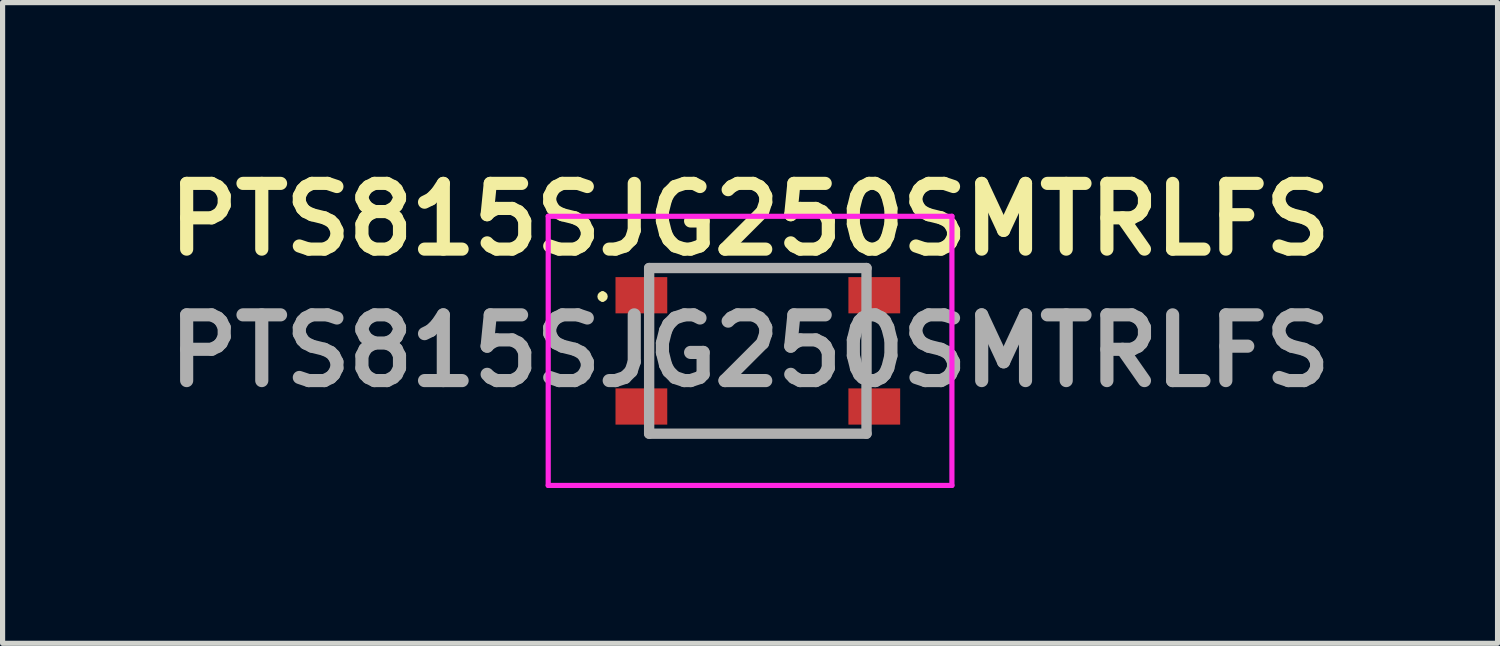
<source format=kicad_pcb>
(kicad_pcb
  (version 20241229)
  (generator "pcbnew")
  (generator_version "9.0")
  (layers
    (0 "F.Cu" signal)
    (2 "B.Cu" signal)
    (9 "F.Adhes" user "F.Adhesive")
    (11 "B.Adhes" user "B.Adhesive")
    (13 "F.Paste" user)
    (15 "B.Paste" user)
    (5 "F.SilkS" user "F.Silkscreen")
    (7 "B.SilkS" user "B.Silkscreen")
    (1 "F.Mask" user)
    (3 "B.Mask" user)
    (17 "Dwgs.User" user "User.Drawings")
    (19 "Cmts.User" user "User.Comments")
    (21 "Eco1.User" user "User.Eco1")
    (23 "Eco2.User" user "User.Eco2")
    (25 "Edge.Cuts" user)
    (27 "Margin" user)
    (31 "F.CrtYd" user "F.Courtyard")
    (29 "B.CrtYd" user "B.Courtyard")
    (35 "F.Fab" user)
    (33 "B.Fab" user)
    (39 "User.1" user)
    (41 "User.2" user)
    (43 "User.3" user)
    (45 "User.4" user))
  (footprint "PTS815SJG250SMTRLFS"
    (layer "F.Cu")
    (at 11.592 3.729)
    (property "Reference" "PTS815SJG250SMTRLFS" (at -0.15 -2.54 0) (layer "F.SilkS") (effects (font (size 1.27 1.27) (thickness 0.254))))
    (attr smd)
    (fp_line (start -3 -1.1) (end -3 -1.1) (stroke (width 0.1) (type solid)) (layer "F.SilkS"))
    (fp_line (start -3 -1) (end -3 -1) (stroke (width 0.1) (type solid)) (layer "F.SilkS"))
    (fp_line (start -2.1 -0.4) (end -2.1 0.4) (stroke (width 0.1) (type solid)) (layer "F.SilkS"))
    (fp_line (start -1.6 -1.6) (end 1.6 -1.6) (stroke (width 0.1) (type solid)) (layer "F.SilkS"))
    (fp_line (start 1.6 1.6) (end -1.6 1.6) (stroke (width 0.1) (type solid)) (layer "F.SilkS"))
    (fp_line (start 2.1 -0.4) (end 2.1 0.4) (stroke (width 0.1) (type solid)) (layer "F.SilkS"))
    (fp_arc (start -3 -1.1) (mid -2.95 -1.05) (end -3 -1) (stroke (width 0.1) (type solid)) (layer "F.SilkS"))
    (fp_arc (start -3 -1) (mid -3.05 -1.05) (end -3 -1.1) (stroke (width 0.1) (type solid)) (layer "F.SilkS"))
    (fp_line (start -4.05 -2.6) (end 3.75 -2.6) (stroke (width 0.1) (type solid)) (layer "F.CrtYd"))
    (fp_line (start -4.05 2.6) (end -4.05 -2.6) (stroke (width 0.1) (type solid)) (layer "F.CrtYd"))
    (fp_line (start 3.75 -2.6) (end 3.75 2.6) (stroke (width 0.1) (type solid)) (layer "F.CrtYd"))
    (fp_line (start 3.75 2.6) (end -4.05 2.6) (stroke (width 0.1) (type solid)) (layer "F.CrtYd"))
    (fp_line (start -2.1 -1.6) (end 2.1 -1.6) (stroke (width 0.2) (type solid)) (layer "F.Fab"))
    (fp_line (start -2.1 1.6) (end -2.1 -1.6) (stroke (width 0.2) (type solid)) (layer "F.Fab"))
    (fp_line (start 2.1 -1.6) (end 2.1 1.6) (stroke (width 0.2) (type solid)) (layer "F.Fab"))
    (fp_line (start 2.1 1.6) (end -2.1 1.6) (stroke (width 0.2) (type solid)) (layer "F.Fab"))
    (fp_text user "${REFERENCE}" (at -0.15 0 0) (layer "F.Fab") (effects (font (size 1.27 1.27) (thickness 0.254))))
    (pad "1" smd rect (at -2.25 -1.075 90) (size 0.7 1) (layers "F.Cu" "F.Mask" "F.Paste"))
    (pad "2" smd rect (at 2.25 -1.075 90) (size 0.7 1) (layers "F.Cu" "F.Mask" "F.Paste"))
    (pad "3" smd rect (at -2.25 1.075 90) (size 0.7 1) (layers "F.Cu" "F.Mask" "F.Paste"))
    (pad "4" smd rect (at 2.25 1.075 90) (size 0.7 1) (layers "F.Cu" "F.Mask" "F.Paste")))
  (gr_rect
    (start -3 -3)
    (end 25.884 9.379)
    (stroke (width 0.1) (type default))
    (fill no)
    (layer "Edge.Cuts")))
</source>
